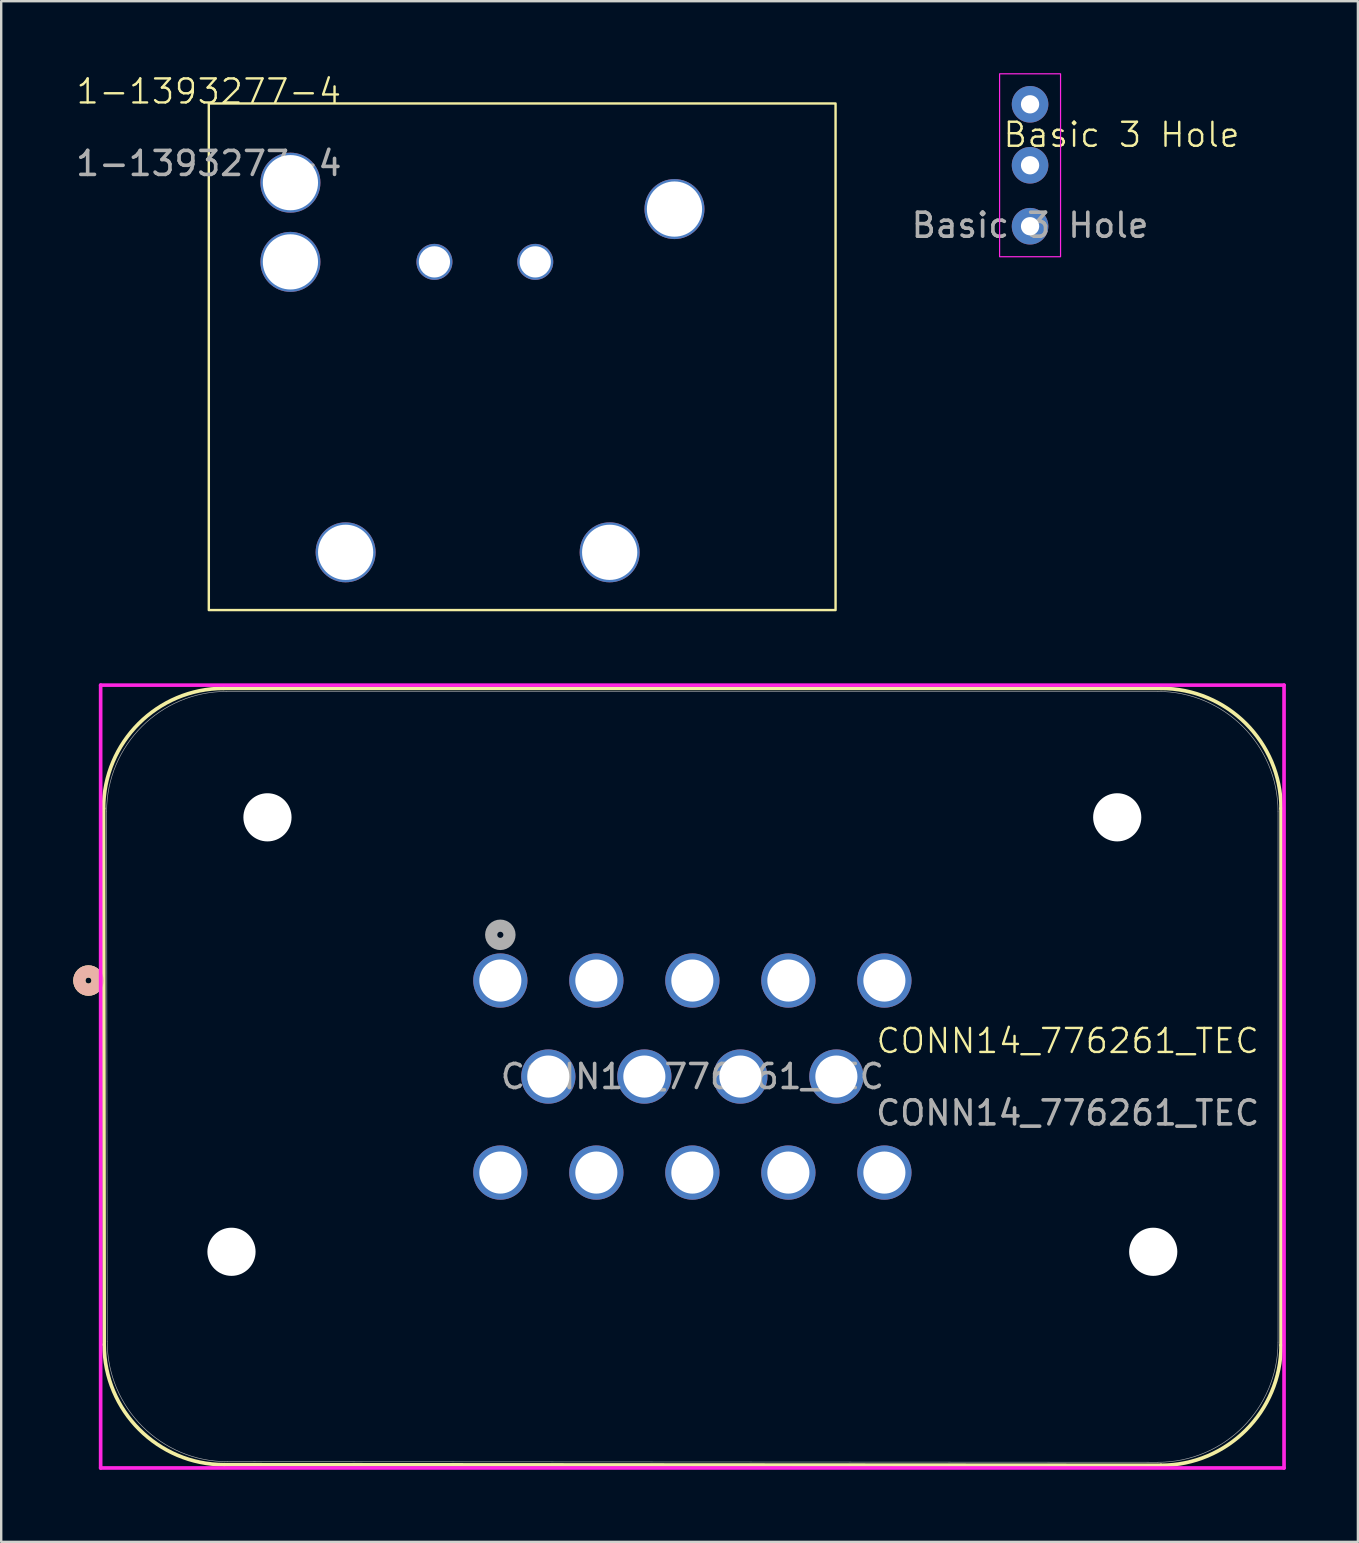
<source format=kicad_pcb>
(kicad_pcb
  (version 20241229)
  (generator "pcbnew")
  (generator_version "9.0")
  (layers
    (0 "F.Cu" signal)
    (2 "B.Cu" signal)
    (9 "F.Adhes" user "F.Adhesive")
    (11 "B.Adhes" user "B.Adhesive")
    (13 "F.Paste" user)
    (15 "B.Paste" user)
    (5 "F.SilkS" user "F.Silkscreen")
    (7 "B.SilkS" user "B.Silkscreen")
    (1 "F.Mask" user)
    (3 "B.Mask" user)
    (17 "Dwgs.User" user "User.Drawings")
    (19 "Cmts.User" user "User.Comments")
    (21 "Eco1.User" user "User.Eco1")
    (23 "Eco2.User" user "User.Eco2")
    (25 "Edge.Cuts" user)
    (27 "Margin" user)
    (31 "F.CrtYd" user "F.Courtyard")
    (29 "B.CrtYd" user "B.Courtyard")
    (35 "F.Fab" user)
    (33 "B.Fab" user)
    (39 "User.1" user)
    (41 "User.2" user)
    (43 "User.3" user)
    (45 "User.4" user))
  (footprint "Basic 3 Hole"
    (layer "F.Cu")
    (at 39.863 3.835)
    (property "Reference" "Basic 3 Hole" (at 3.81 -1.27 0) (unlocked yes) (layer "F.SilkS") (effects (font (size 1 1) (thickness 0.1))))
    (attr through_hole)
    (fp_rect (start -1.27 -3.81) (end 1.27 3.81) (stroke (width 0.05) (type default)) (fill no) (layer "F.CrtYd"))
    (fp_text user "${REFERENCE}" (at 0 2.5 0) (unlocked yes) (layer "F.Fab") (effects (font (size 1 1) (thickness 0.15))))
    (pad "1" thru_hole circle (at 0 -2.54) (size 1.524 1.524) (drill 0.762) (layers "*.Cu" "*.Mask"))
    (pad "2" thru_hole circle (at 0 0) (size 1.524 1.524) (drill 0.762) (layers "*.Cu" "*.Mask"))
    (pad "3" thru_hole circle (at 0 2.54) (size 1.524 1.524) (drill 0.762) (layers "*.Cu" "*.Mask")))
  (footprint "1-1393277-4"
    (layer "F.Cu")
    (at 5.649 1.26)
    (property "Reference" "1-1393277-4" (at 0 -0.5 0) (unlocked yes) (layer "F.SilkS") (effects (font (size 1 1) (thickness 0.1))))
    (attr smd)
    (fp_rect (start 0 0) (end 26.111 21.107) (stroke (width 0.1) (type default)) (fill no) (layer "F.SilkS"))
    (fp_text user "${REFERENCE}" (at 0 2.5 0) (unlocked yes) (layer "F.Fab") (effects (font (size 1 1) (thickness 0.15))))
    (pad "1" thru_hole circle (at 9.4 6.6) (size 1.5 1.5) (drill 1.3) (layers "*.Cu" "*.Mask"))
    (pad "2" thru_hole circle (at 13.6 6.6) (size 1.5 1.5) (drill 1.3) (layers "*.Cu" "*.Mask"))
    (pad "3" thru_hole circle (at 3.4 3.3) (size 2.5 2.5) (drill 2.3) (layers "*.Cu" "*.Mask"))
    (pad "4" thru_hole circle (at 5.7 18.7) (size 2.5 2.5) (drill 2.3) (layers "*.Cu" "*.Mask"))
    (pad "4" thru_hole circle (at 16.7 18.7) (size 2.5 2.5) (drill 2.3) (layers "*.Cu" "*.Mask"))
    (pad "4" thru_hole circle (at 19.4 4.4) (size 2.5 2.5) (drill 2.3) (layers "*.Cu" "*.Mask"))
    (pad "5" thru_hole circle (at 3.4 6.6) (size 2.5 2.5) (drill 2.3) (layers "*.Cu" "*.Mask")))
  (footprint "CONN14_776261_TEC"
    (layer "F.Cu")
    (at 24.539 40.8)
    (property "Reference" "CONN14_776261_TEC" (at 16.891 -0.484 0) (unlocked yes) (layer "F.SilkS") (effects (font (size 1 1) (thickness 0.1))))
    (attr through_hole)
    (fp_line (start -23.274 -10.168) (end -23.249 12.167) (stroke (width 0.152) (type solid)) (layer "F.SilkS"))
    (fp_line (start -18.245 17.17) (end 20.777 17.196) (stroke (width 0.152) (type solid)) (layer "F.SilkS"))
    (fp_line (start 20.777 -15.171) (end -18.27 -15.171) (stroke (width 0.152) (type solid)) (layer "F.SilkS"))
    (fp_line (start 25.781 12.192) (end 25.781 -10.168) (stroke (width 0.152) (type solid)) (layer "F.SilkS"))
    (fp_arc (start -23.274 -10.1676) (mid -21.808421 -13.705821) (end -18.2702 -15.1714) (stroke (width 0.1524) (type solid)) (layer "F.SilkS"))
    (fp_arc (start -18.2448 17.1704) (mid -21.783021 15.704821) (end -23.2486 12.1666) (stroke (width 0.1524) (type solid)) (layer "F.SilkS"))
    (fp_arc (start 20.7772 -15.1714) (mid 24.315421 -13.705821) (end 25.781 -10.1676) (stroke (width 0.1524) (type solid)) (layer "F.SilkS"))
    (fp_arc (start 25.781 12.192) (mid 24.315421 15.730221) (end 20.7772 17.1958) (stroke (width 0.1524) (type solid)) (layer "F.SilkS"))
    (fp_circle (center -23.904 -3) (end -23.523 -3) (stroke (width 0.508) (type solid)) (fill no) (layer "F.SilkS"))
    (fp_circle (center -23.904 -3) (end -23.523 -3) (stroke (width 0.508) (type solid)) (fill no) (layer "B.SilkS"))
    (fp_line (start -23.396 -15.307) (end -23.396 17.307) (stroke (width 0.152) (type solid)) (layer "F.CrtYd"))
    (fp_line (start -23.396 17.307) (end 25.905 17.307) (stroke (width 0.152) (type solid)) (layer "F.CrtYd"))
    (fp_line (start 25.905 -15.307) (end -23.396 -15.307) (stroke (width 0.152) (type solid)) (layer "F.CrtYd"))
    (fp_line (start 25.905 17.307) (end 25.905 -15.307) (stroke (width 0.152) (type solid)) (layer "F.CrtYd"))
    (fp_line (start -23.147 -10.041) (end -23.122 12.04) (stroke (width 0.025) (type solid)) (layer "F.Fab"))
    (fp_line (start -18.118 17.043) (end 20.65 17.069) (stroke (width 0.025) (type solid)) (layer "F.Fab"))
    (fp_line (start 20.65 -15.044) (end -18.143 -15.044) (stroke (width 0.025) (type solid)) (layer "F.Fab"))
    (fp_line (start 25.654 12.065) (end 25.654 -10.041) (stroke (width 0.025) (type solid)) (layer "F.Fab"))
    (fp_arc (start -23.147 -10.0406) (mid -21.681421 -13.578821) (end -18.1432 -15.0444) (stroke (width 0.0254) (type solid)) (layer "F.Fab"))
    (fp_arc (start -18.1178 17.0434) (mid -21.656021 15.577821) (end -23.1216 12.0396) (stroke (width 0.0254) (type solid)) (layer "F.Fab"))
    (fp_arc (start 20.6502 -15.0444) (mid 24.188421 -13.578821) (end 25.654 -10.0406) (stroke (width 0.0254) (type solid)) (layer "F.Fab"))
    (fp_arc (start 25.654 12.065) (mid 24.188421 15.603221) (end 20.6502 17.0688) (stroke (width 0.0254) (type solid)) (layer "F.Fab"))
    (fp_circle (center -6.745 -4.905) (end -6.364 -4.905) (stroke (width 0.508) (type solid)) (fill no) (layer "F.Fab"))
    (fp_text user "${REFERENCE}" (at 16.891 2.516 0) (unlocked yes) (layer "F.Fab") (effects (font (size 1 1) (thickness 0.15))))
    (fp_text user "${REFERENCE}" (at 1.255 1 0) (unlocked yes) (layer "F.Fab") (effects (font (size 1 1) (thickness 0.15))))
    (pad "" np_thru_hole circle (at -17.945 8.3) (size 2.007 2.007) (drill 2.007) (layers "*.Cu" "*.Mask"))
    (pad "" np_thru_hole circle (at -16.446 -9.8) (size 2.007 2.007) (drill 2.007) (layers "*.Cu" "*.Mask"))
    (pad "" np_thru_hole circle (at 18.955 -9.8) (size 2.007 2.007) (drill 2.007) (layers "*.Cu" "*.Mask"))
    (pad "" np_thru_hole circle (at 20.455 8.3) (size 2.007 2.007) (drill 2.007) (layers "*.Cu" "*.Mask"))
    (pad "1" thru_hole circle (at -6.745 -3) (size 2.261 2.261) (drill 1.753) (layers "*.Cu" "*.Mask"))
    (pad "2" thru_hole circle (at -2.745 -3) (size 2.261 2.261) (drill 1.753) (layers "*.Cu" "*.Mask"))
    (pad "3" thru_hole circle (at 1.255 -3) (size 2.261 2.261) (drill 1.753) (layers "*.Cu" "*.Mask"))
    (pad "4" thru_hole circle (at 5.255 -3) (size 2.261 2.261) (drill 1.753) (layers "*.Cu" "*.Mask"))
    (pad "5" thru_hole circle (at 9.255 -3) (size 2.261 2.261) (drill 1.753) (layers "*.Cu" "*.Mask"))
    (pad "6" thru_hole circle (at -4.745 1) (size 2.261 2.261) (drill 1.753) (layers "*.Cu" "*.Mask"))
    (pad "7" thru_hole circle (at -0.745 1) (size 2.261 2.261) (drill 1.753) (layers "*.Cu" "*.Mask"))
    (pad "8" thru_hole circle (at 3.255 1) (size 2.261 2.261) (drill 1.753) (layers "*.Cu" "*.Mask"))
    (pad "9" thru_hole circle (at 7.255 1) (size 2.261 2.261) (drill 1.753) (layers "*.Cu" "*.Mask"))
    (pad "10" thru_hole circle (at -6.745 5) (size 2.261 2.261) (drill 1.753) (layers "*.Cu" "*.Mask"))
    (pad "11" thru_hole circle (at -2.745 5) (size 2.261 2.261) (drill 1.753) (layers "*.Cu" "*.Mask"))
    (pad "12" thru_hole circle (at 1.255 5) (size 2.261 2.261) (drill 1.753) (layers "*.Cu" "*.Mask"))
    (pad "13" thru_hole circle (at 5.255 5) (size 2.261 2.261) (drill 1.753) (layers "*.Cu" "*.Mask"))
    (pad "14" thru_hole circle (at 9.255 5) (size 2.261 2.261) (drill 1.753) (layers "*.Cu" "*.Mask")))
  (gr_rect
    (start -3 -3)
    (end 53.521 61.184)
    (stroke (width 0.1) (type default))
    (fill no)
    (layer "Edge.Cuts")))
</source>
